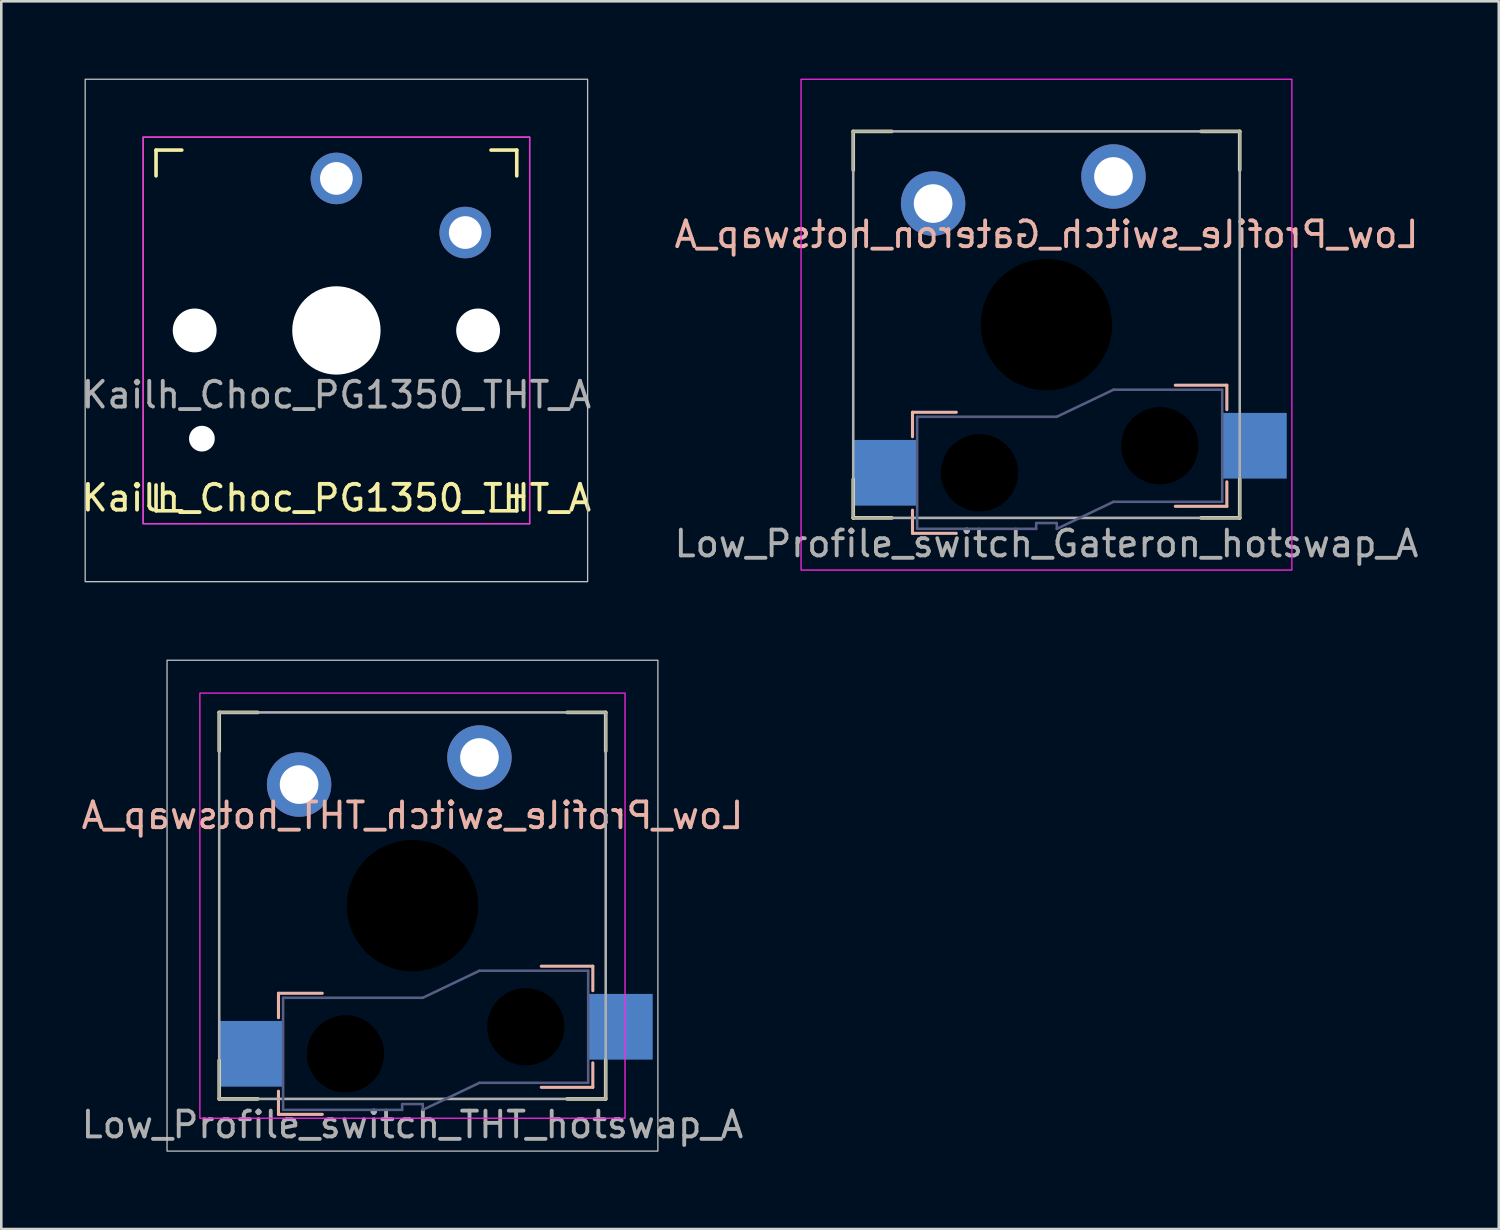
<source format=kicad_pcb>
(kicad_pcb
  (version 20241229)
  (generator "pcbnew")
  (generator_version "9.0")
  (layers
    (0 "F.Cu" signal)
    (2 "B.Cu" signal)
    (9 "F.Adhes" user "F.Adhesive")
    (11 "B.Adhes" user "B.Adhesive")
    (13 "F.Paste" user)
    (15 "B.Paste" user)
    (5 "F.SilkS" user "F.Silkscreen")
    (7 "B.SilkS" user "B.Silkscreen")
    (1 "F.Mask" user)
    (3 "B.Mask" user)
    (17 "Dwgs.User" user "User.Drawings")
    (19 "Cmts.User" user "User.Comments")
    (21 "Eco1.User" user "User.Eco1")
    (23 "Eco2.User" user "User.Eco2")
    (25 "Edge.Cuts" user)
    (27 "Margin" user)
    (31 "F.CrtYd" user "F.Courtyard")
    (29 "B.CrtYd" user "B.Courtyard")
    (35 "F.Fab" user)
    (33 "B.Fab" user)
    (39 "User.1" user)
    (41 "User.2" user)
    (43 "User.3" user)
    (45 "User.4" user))
  (footprint "Low_Profile_switch_THT_hotswap_A"
    (layer "F.Cu")
    (at 12.958 32.1)
    (property "Reference" "Low_Profile_switch_THT_hotswap_A" (at 0 -3.5 0) (unlocked yes) (layer "B.SilkS") (effects (font (size 1 1) (thickness 0.15)) (justify mirror)))
    (fp_line (start -7.5 -7.5) (end -7.5 -6) (stroke (width 0.14) (type solid)) (layer "F.SilkS"))
    (fp_line (start -7.5 -7.5) (end -6 -7.5) (stroke (width 0.14) (type solid)) (layer "F.SilkS"))
    (fp_line (start -7.5 7.5) (end -7.5 6) (stroke (width 0.14) (type solid)) (layer "F.SilkS"))
    (fp_line (start -7.5 7.5) (end -6 7.5) (stroke (width 0.14) (type solid)) (layer "F.SilkS"))
    (fp_line (start 7.5 -7.5) (end 6 -7.5) (stroke (width 0.14) (type solid)) (layer "F.SilkS"))
    (fp_line (start 7.5 -7.5) (end 7.5 -6) (stroke (width 0.14) (type solid)) (layer "F.SilkS"))
    (fp_line (start 7.5 7.5) (end 6 7.5) (stroke (width 0.14) (type solid)) (layer "F.SilkS"))
    (fp_line (start 7.5 7.5) (end 7.5 6) (stroke (width 0.14) (type solid)) (layer "F.SilkS"))
    (fp_line (start -5.2 3.4) (end -5.2 4.35) (stroke (width 0.12) (type solid)) (layer "B.SilkS"))
    (fp_line (start -5.2 3.4) (end -3.5 3.4) (stroke (width 0.12) (type solid)) (layer "B.SilkS"))
    (fp_line (start -5.2 8.1) (end -5.2 7.2) (stroke (width 0.12) (type solid)) (layer "B.SilkS"))
    (fp_line (start -5.2 8.1) (end -3.5 8.1) (stroke (width 0.12) (type solid)) (layer "B.SilkS"))
    (fp_line (start 7 2.35) (end 5 2.35) (stroke (width 0.12) (type solid)) (layer "B.SilkS"))
    (fp_line (start 7 2.35) (end 7 3.3) (stroke (width 0.12) (type solid)) (layer "B.SilkS"))
    (fp_line (start 7 7.05) (end 5 7.05) (stroke (width 0.12) (type solid)) (layer "B.SilkS"))
    (fp_line (start 7 7.05) (end 7 6.1) (stroke (width 0.12) (type solid)) (layer "B.SilkS"))
    (fp_rect (start -9.525 -9.525) (end 9.525 9.525) (stroke (width 0.05) (type solid)) (fill no) (layer "Dwgs.User"))
    (fp_rect (start -8.25 -8.25) (end 8.25 8.25) (stroke (width 0.05) (type solid)) (fill no) (layer "F.CrtYd"))
    (fp_line (start -5.02 3.575) (end -5.02 7.925) (stroke (width 0.1) (type solid)) (layer "B.Fab"))
    (fp_line (start -5.02 3.575) (end 0.4 3.575) (stroke (width 0.1) (type solid)) (layer "B.Fab"))
    (fp_line (start -5.02 7.925) (end -0.4 7.925) (stroke (width 0.1) (type solid)) (layer "B.Fab"))
    (fp_line (start -0.4 7.7) (end 0.4 7.7) (stroke (width 0.1) (type solid)) (layer "B.Fab"))
    (fp_line (start -0.4 7.925) (end -0.4 7.7) (stroke (width 0.1) (type solid)) (layer "B.Fab"))
    (fp_line (start 0.4 7.7) (end 0.4 7.925) (stroke (width 0.1) (type solid)) (layer "B.Fab"))
    (fp_line (start 2.6 2.525) (end 0.4 3.575) (stroke (width 0.1) (type solid)) (layer "B.Fab"))
    (fp_line (start 2.6 6.875) (end 0.4 7.925) (stroke (width 0.1) (type solid)) (layer "B.Fab"))
    (fp_line (start 6.82 2.525) (end 2.6 2.525) (stroke (width 0.1) (type solid)) (layer "B.Fab"))
    (fp_line (start 6.82 2.525) (end 6.82 6.875) (stroke (width 0.1) (type solid)) (layer "B.Fab"))
    (fp_line (start 6.82 6.875) (end 2.6 6.875) (stroke (width 0.1) (type solid)) (layer "B.Fab"))
    (fp_rect (start -7.5 -7.5) (end 7.5 7.5) (stroke (width 0.1) (type solid)) (fill no) (layer "F.Fab"))
    (fp_text user "${REFERENCE}" (at 0 8.5 0) (unlocked yes) (layer "F.Fab") (effects (font (size 1 1) (thickness 0.15))))
    (pad "" np_thru_hole circle (at -2.6 5.75) (size 3 3) (drill 3) (layers "*.Mask"))
    (pad "" np_thru_hole circle (at 0 0) (size 5.1 5.1) (drill 5.1) (layers "*.Mask"))
    (pad "" np_thru_hole circle (at 4.4 4.7) (size 3 3) (drill 3) (layers "*.Mask"))
    (pad "1" smd rect (at -6.275 5.75) (size 2.5 2.55) (layers "B.Cu" "B.Mask" "B.Paste"))
    (pad "1" thru_hole circle (at -4.4 -4.7) (size 2.5 2.5) (drill 1.5) (layers "*.Cu" "*.Mask"))
    (pad "2" thru_hole circle (at 2.6 -5.75) (size 2.5 2.5) (drill 1.5) (layers "*.Cu" "*.Mask"))
    (pad "2" smd rect (at 8.075 4.7) (size 2.5 2.55) (layers "B.Cu" "B.Mask" "B.Paste")))
  (footprint "Kailh_Choc_PG1350_THT_A"
    (layer "F.Cu")
    (at 10.006 9.775)
    (property "Reference" "Kailh_Choc_PG1350_THT_A" (at 0 6.5 0) (unlocked yes) (layer "F.SilkS") (effects (font (size 1 1) (thickness 0.15))))
    (attr through_hole)
    (fp_line (start -7 -6) (end -7 -7) (stroke (width 0.14) (type solid)) (layer "F.SilkS"))
    (fp_line (start -7 7) (end -7 6) (stroke (width 0.14) (type solid)) (layer "F.SilkS"))
    (fp_line (start -7 7) (end -6 7) (stroke (width 0.14) (type solid)) (layer "F.SilkS"))
    (fp_line (start -6 -7) (end -7 -7) (stroke (width 0.14) (type solid)) (layer "F.SilkS"))
    (fp_line (start 6 7) (end 7 7) (stroke (width 0.14) (type solid)) (layer "F.SilkS"))
    (fp_line (start 7 -7) (end 6 -7) (stroke (width 0.14) (type solid)) (layer "F.SilkS"))
    (fp_line (start 7 -7) (end 7 -6) (stroke (width 0.14) (type solid)) (layer "F.SilkS"))
    (fp_line (start 7 6) (end 7 7) (stroke (width 0.14) (type solid)) (layer "F.SilkS"))
    (fp_rect (start -9.75 -9.75) (end 9.75 9.75) (stroke (width 0.05) (type solid)) (fill no) (layer "Dwgs.User"))
    (fp_rect (start 7.5 7.5) (end -7.5 -7.5) (stroke (width 0.05) (type solid)) (fill no) (layer "F.CrtYd"))
    (fp_line (start -7.5 -7.5) (end 7.5 -7.5) (stroke (width 0.05) (type solid)) (layer "F.Fab"))
    (fp_line (start -7.5 7.5) (end -7.5 -7.5) (stroke (width 0.05) (type solid)) (layer "F.Fab"))
    (fp_line (start 7.5 -7.5) (end 7.5 7.5) (stroke (width 0.05) (type solid)) (layer "F.Fab"))
    (fp_line (start 7.5 7.5) (end -7.5 7.5) (stroke (width 0.05) (type solid)) (layer "F.Fab"))
    (fp_text user "${REFERENCE}" (at 0 2.5 0) (unlocked yes) (layer "F.Fab") (effects (font (size 1 1) (thickness 0.15))))
    (pad "" np_thru_hole circle (at -5.5 0 180) (size 1.702 1.702) (drill 1.702) (layers "*.Cu" "*.Mask"))
    (pad "" np_thru_hole circle (at -5.22 4.2 180) (size 1 1) (drill 1) (layers "*.Cu" "*.Mask"))
    (pad "" np_thru_hole circle (at 0 0 180) (size 3.429 3.429) (drill 3.429) (layers "*.Cu" "*.Mask"))
    (pad "" np_thru_hole circle (at 5.5 0 180) (size 1.702 1.702) (drill 1.702) (layers "*.Cu" "*.Mask"))
    (pad "1" thru_hole circle (at 0 -5.9 180) (size 2 2) (drill 1.27) (layers "*.Cu" "B.Mask"))
    (pad "2" thru_hole circle (at 5 -3.8 180) (size 2 2) (drill 1.27) (layers "*.Cu" "B.Mask")))
  (footprint "Low_Profile_switch_Gateron_hotswap_A"
    (layer "F.Cu")
    (at 37.565 9.55)
    (property "Reference" "Low_Profile_switch_Gateron_hotswap_A" (at 0 -3.5 0) (unlocked yes) (layer "B.SilkS") (effects (font (size 1 1) (thickness 0.15)) (justify mirror)))
    (fp_line (start -7.5 -7.5) (end -7.5 -6) (stroke (width 0.14) (type solid)) (layer "F.SilkS"))
    (fp_line (start -7.5 -7.5) (end -6 -7.5) (stroke (width 0.14) (type solid)) (layer "F.SilkS"))
    (fp_line (start -7.5 7.5) (end -7.5 6) (stroke (width 0.14) (type solid)) (layer "F.SilkS"))
    (fp_line (start -7.5 7.5) (end -6 7.5) (stroke (width 0.14) (type solid)) (layer "F.SilkS"))
    (fp_line (start 7.5 -7.5) (end 6 -7.5) (stroke (width 0.14) (type solid)) (layer "F.SilkS"))
    (fp_line (start 7.5 -7.5) (end 7.5 -6) (stroke (width 0.14) (type solid)) (layer "F.SilkS"))
    (fp_line (start 7.5 7.5) (end 6 7.5) (stroke (width 0.14) (type solid)) (layer "F.SilkS"))
    (fp_line (start 7.5 7.5) (end 7.5 6) (stroke (width 0.14) (type solid)) (layer "F.SilkS"))
    (fp_line (start -5.2 3.4) (end -5.2 4.35) (stroke (width 0.12) (type solid)) (layer "B.SilkS"))
    (fp_line (start -5.2 3.4) (end -3.5 3.4) (stroke (width 0.12) (type solid)) (layer "B.SilkS"))
    (fp_line (start -5.2 8.1) (end -5.2 7.2) (stroke (width 0.12) (type solid)) (layer "B.SilkS"))
    (fp_line (start -5.2 8.1) (end -3.5 8.1) (stroke (width 0.12) (type solid)) (layer "B.SilkS"))
    (fp_line (start 7 2.35) (end 5 2.35) (stroke (width 0.12) (type solid)) (layer "B.SilkS"))
    (fp_line (start 7 2.35) (end 7 3.3) (stroke (width 0.12) (type solid)) (layer "B.SilkS"))
    (fp_line (start 7 7.05) (end 5 7.05) (stroke (width 0.12) (type solid)) (layer "B.SilkS"))
    (fp_line (start 7 7.05) (end 7 6.1) (stroke (width 0.12) (type solid)) (layer "B.SilkS"))
    (fp_rect (start -9.525 -9.525) (end 9.525 9.525) (stroke (width 0.05) (type solid)) (fill no) (layer "F.CrtYd"))
    (fp_line (start -5.02 3.575) (end -5.02 7.925) (stroke (width 0.1) (type solid)) (layer "B.Fab"))
    (fp_line (start -5.02 3.575) (end 0.4 3.575) (stroke (width 0.1) (type solid)) (layer "B.Fab"))
    (fp_line (start -5.02 7.925) (end -0.4 7.925) (stroke (width 0.1) (type solid)) (layer "B.Fab"))
    (fp_line (start -0.4 7.7) (end 0.4 7.7) (stroke (width 0.1) (type solid)) (layer "B.Fab"))
    (fp_line (start -0.4 7.925) (end -0.4 7.7) (stroke (width 0.1) (type solid)) (layer "B.Fab"))
    (fp_line (start 0.4 7.7) (end 0.4 7.925) (stroke (width 0.1) (type solid)) (layer "B.Fab"))
    (fp_line (start 2.6 2.525) (end 0.4 3.575) (stroke (width 0.1) (type solid)) (layer "B.Fab"))
    (fp_line (start 2.6 6.875) (end 0.4 7.925) (stroke (width 0.1) (type solid)) (layer "B.Fab"))
    (fp_line (start 6.82 2.525) (end 2.6 2.525) (stroke (width 0.1) (type solid)) (layer "B.Fab"))
    (fp_line (start 6.82 2.525) (end 6.82 6.875) (stroke (width 0.1) (type solid)) (layer "B.Fab"))
    (fp_line (start 6.82 6.875) (end 2.6 6.875) (stroke (width 0.1) (type solid)) (layer "B.Fab"))
    (fp_rect (start -7.5 -7.5) (end 7.5 7.5) (stroke (width 0.1) (type solid)) (fill no) (layer "F.Fab"))
    (fp_text user "${REFERENCE}" (at 0 8.5 0) (unlocked yes) (layer "F.Fab") (effects (font (size 1 1) (thickness 0.15))))
    (pad "" np_thru_hole circle (at -2.6 5.75) (size 3 3) (drill 3) (layers "*.Mask"))
    (pad "" np_thru_hole circle (at 0 0) (size 5.1 5.1) (drill 5.1) (layers "*.Mask"))
    (pad "" np_thru_hole circle (at 4.4 4.7) (size 3 3) (drill 3) (layers "*.Mask"))
    (pad "1" smd rect (at -6.275 5.75) (size 2.5 2.55) (layers "B.Cu" "B.Mask" "B.Paste"))
    (pad "1" thru_hole circle (at -4.4 -4.7) (size 2.5 2.5) (drill 1.5) (layers "*.Cu" "*.Mask"))
    (pad "2" thru_hole circle (at 2.6 -5.75) (size 2.5 2.5) (drill 1.5) (layers "*.Cu" "*.Mask"))
    (pad "2" smd rect (at 8.075 4.7) (size 2.5 2.55) (layers "B.Cu" "B.Mask" "B.Paste")))
  (gr_rect
    (start -3 -3)
    (end 55.119 44.65)
    (stroke (width 0.1) (type default))
    (fill no)
    (layer "Edge.Cuts")))
</source>
